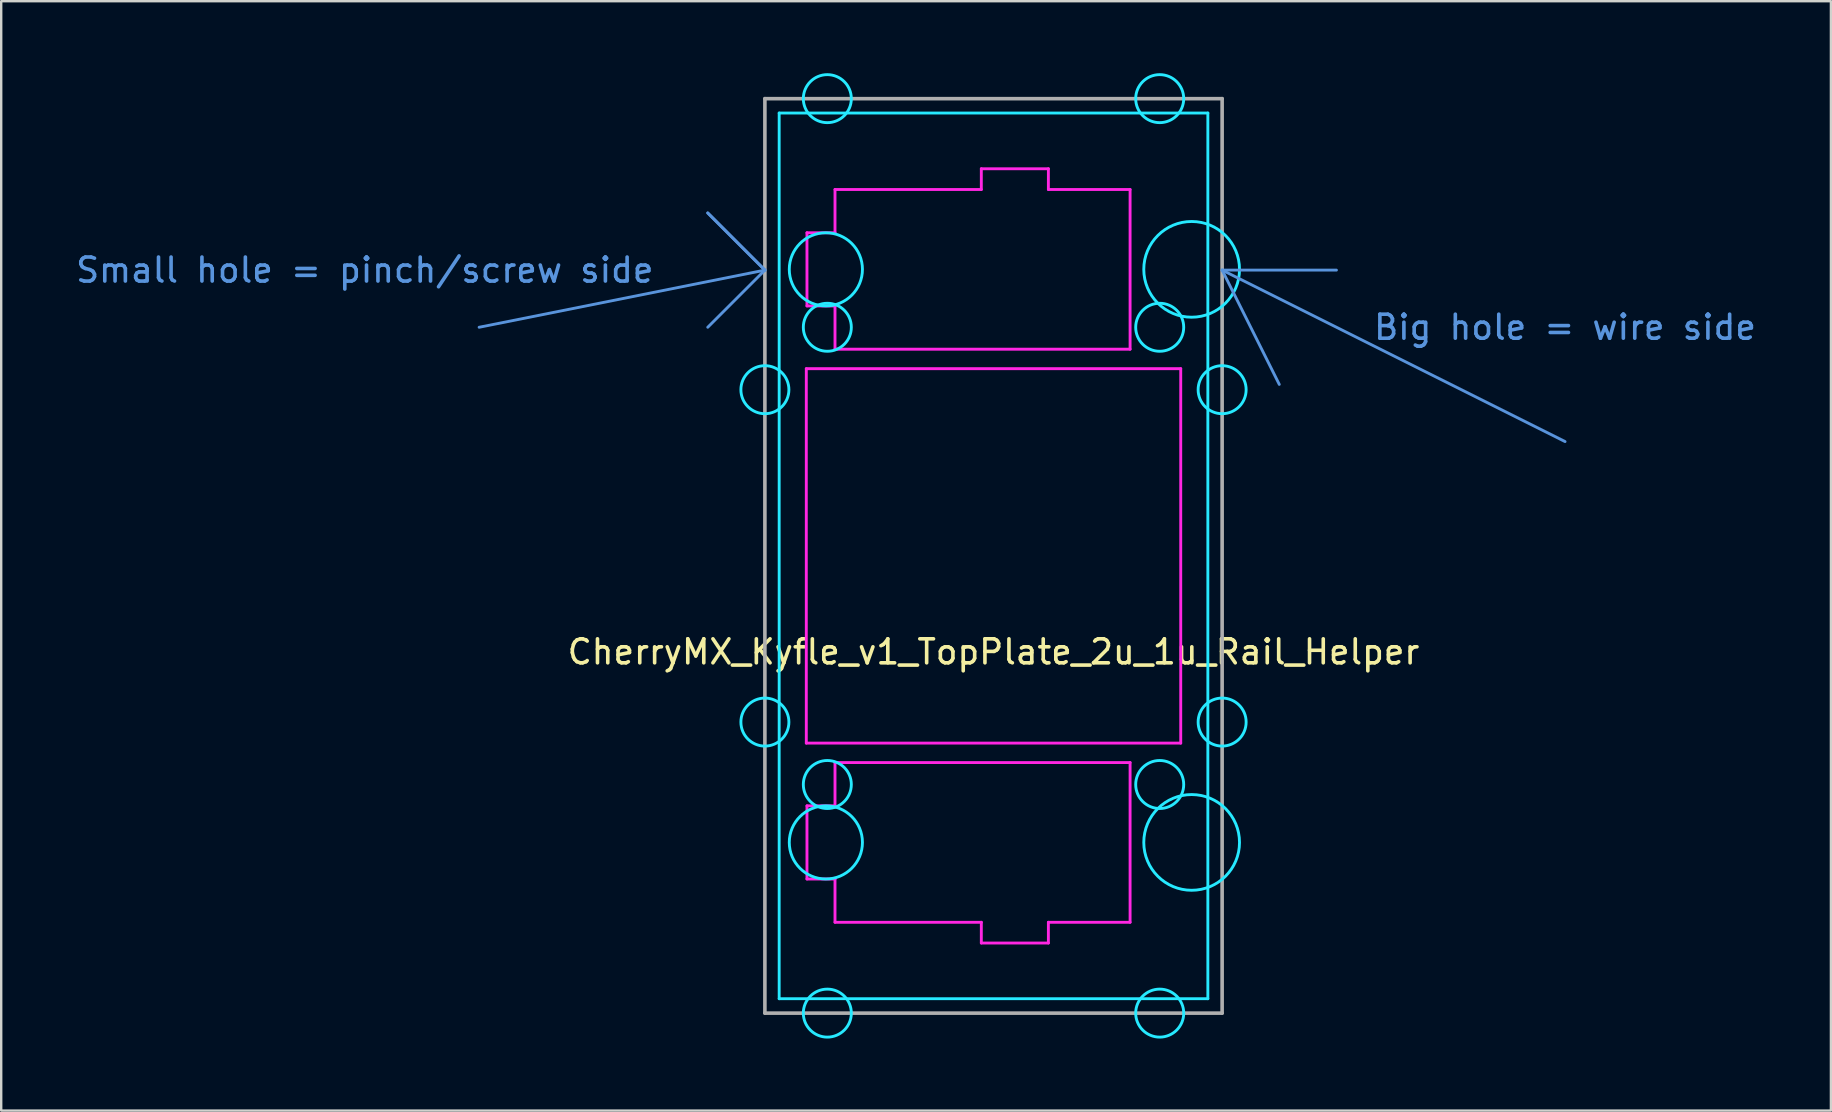
<source format=kicad_pcb>
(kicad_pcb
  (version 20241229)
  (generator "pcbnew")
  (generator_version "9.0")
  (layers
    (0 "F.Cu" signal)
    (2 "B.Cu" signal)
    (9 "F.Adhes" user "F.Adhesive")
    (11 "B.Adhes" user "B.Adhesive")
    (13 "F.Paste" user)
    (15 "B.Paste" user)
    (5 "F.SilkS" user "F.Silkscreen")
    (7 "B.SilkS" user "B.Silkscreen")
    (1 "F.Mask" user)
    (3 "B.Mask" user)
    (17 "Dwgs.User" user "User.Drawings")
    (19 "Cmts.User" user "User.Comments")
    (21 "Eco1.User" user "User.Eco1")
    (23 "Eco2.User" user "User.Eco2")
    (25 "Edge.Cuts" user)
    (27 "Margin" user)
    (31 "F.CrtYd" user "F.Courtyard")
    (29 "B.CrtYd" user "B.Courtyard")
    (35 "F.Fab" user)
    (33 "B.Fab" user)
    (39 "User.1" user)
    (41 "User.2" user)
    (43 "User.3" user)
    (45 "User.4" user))
  (footprint "CherryMX_Kyfle_v1_TopPlate_2u_1u_Rail_Helper"
    (layer "F.Cu")
    (at 38.343 20.11)
    (property "Reference" "CherryMX_Kyfle_v1_TopPlate_2u_1u_Rail_Helper" (at 0 4 0) (layer "F.SilkS") (effects (font (size 1 1) (thickness 0.15))))
    (attr through_hole)
    (fp_line (start -21.431 -9.525) (end -9.525 -11.906) (stroke (width 0.12) (type solid)) (layer "Cmts.User"))
    (fp_line (start -11.906 -14.287) (end -9.525 -11.906) (stroke (width 0.12) (type solid)) (layer "Cmts.User"))
    (fp_line (start -9.525 -11.906) (end -11.906 -14.287) (stroke (width 0.12) (type solid)) (layer "Cmts.User"))
    (fp_line (start -9.525 -11.906) (end -11.906 -9.525) (stroke (width 0.12) (type solid)) (layer "Cmts.User"))
    (fp_line (start 9.525 -11.906) (end 11.906 -7.144) (stroke (width 0.12) (type solid)) (layer "Cmts.User"))
    (fp_line (start 9.525 -11.906) (end 14.287 -11.906) (stroke (width 0.12) (type solid)) (layer "Cmts.User"))
    (fp_line (start 9.525 -11.906) (end 23.812 -4.763) (stroke (width 0.12) (type solid)) (layer "Cmts.User"))
    (fp_line (start -8.75 -10.44) (end -8.75 -13.44) (stroke (width 0.12) (type solid)) (layer "Eco1.User"))
    (fp_line (start -8.75 10.44) (end -8.75 13.44) (stroke (width 0.12) (type solid)) (layer "Eco1.User"))
    (fp_line (start -7.5 -13.94) (end -8.25 -13.94) (stroke (width 0.12) (type solid)) (layer "Eco1.User"))
    (fp_line (start -7.5 -9.94) (end -8.25 -9.94) (stroke (width 0.12) (type solid)) (layer "Eco1.User"))
    (fp_line (start -7.5 9.94) (end -8.25 9.94) (stroke (width 0.12) (type solid)) (layer "Eco1.User"))
    (fp_line (start -7.5 13.94) (end -8.25 13.94) (stroke (width 0.12) (type solid)) (layer "Eco1.User"))
    (fp_line (start -7 -16.025) (end -7 -14.44) (stroke (width 0.12) (type solid)) (layer "Eco1.User"))
    (fp_line (start -7 -9.44) (end -7 9.44) (stroke (width 0.12) (type solid)) (layer "Eco1.User"))
    (fp_line (start -7 16.025) (end -7 14.44) (stroke (width 0.12) (type solid)) (layer "Eco1.User"))
    (fp_line (start -6.5 16.525) (end 10.25 16.525) (stroke (width 0.12) (type solid)) (layer "Eco1.User"))
    (fp_line (start 7 -2.67) (end 7 -16.38) (stroke (width 0.12) (type solid)) (layer "Eco1.User"))
    (fp_line (start 7 6.855) (end 7 -6.855) (stroke (width 0.12) (type solid)) (layer "Eco1.User"))
    (fp_line (start 7 16.38) (end 7 2.67) (stroke (width 0.12) (type solid)) (layer "Eco1.User"))
    (fp_line (start 10.25 -16.525) (end -6.5 -16.525) (stroke (width 0.12) (type solid)) (layer "Eco1.User"))
    (fp_line (start 10.25 -7.355) (end 7.5 -7.355) (stroke (width 0.12) (type solid)) (layer "Eco1.User"))
    (fp_line (start 10.25 7.355) (end 7.5 7.355) (stroke (width 0.12) (type solid)) (layer "Eco1.User"))
    (fp_line (start 10.75 -16.025) (end 10.75 -7.855) (stroke (width 0.12) (type solid)) (layer "Eco1.User"))
    (fp_line (start 10.75 16.025) (end 10.75 7.855) (stroke (width 0.12) (type solid)) (layer "Eco1.User"))
    (fp_arc (start -8.75 -13.44) (mid -8.603553 -13.793553) (end -8.25 -13.94) (stroke (width 0.12) (type solid)) (layer "Eco1.User"))
    (fp_arc (start -8.75 10.44) (mid -8.603553 10.086447) (end -8.25 9.94) (stroke (width 0.12) (type solid)) (layer "Eco1.User"))
    (fp_arc (start -8.25 -9.94) (mid -8.603553 -10.086447) (end -8.75 -10.44) (stroke (width 0.12) (type solid)) (layer "Eco1.User"))
    (fp_arc (start -8.25 13.94) (mid -8.603553 13.793553) (end -8.75 13.44) (stroke (width 0.12) (type solid)) (layer "Eco1.User"))
    (fp_arc (start -7.5 -9.94) (mid -7.146447 -9.793553) (end -7 -9.44) (stroke (width 0.12) (type solid)) (layer "Eco1.User"))
    (fp_arc (start -7.5 13.94) (mid -7.146447 14.086447) (end -7 14.44) (stroke (width 0.12) (type solid)) (layer "Eco1.User"))
    (fp_arc (start -7 -16.025) (mid -6.853553 -16.378553) (end -6.5 -16.525) (stroke (width 0.12) (type solid)) (layer "Eco1.User"))
    (fp_arc (start -7 -14.44) (mid -7.146447 -14.086447) (end -7.5 -13.94) (stroke (width 0.12) (type solid)) (layer "Eco1.User"))
    (fp_arc (start -7 9.44) (mid -7.146447 9.793553) (end -7.5 9.94) (stroke (width 0.12) (type solid)) (layer "Eco1.User"))
    (fp_arc (start -6.5 16.525) (mid -6.853553 16.378553) (end -7 16.025) (stroke (width 0.12) (type solid)) (layer "Eco1.User"))
    (fp_arc (start 7 -6.855) (mid 7.146447 -7.208553) (end 7.5 -7.355) (stroke (width 0.12) (type solid)) (layer "Eco1.User"))
    (fp_arc (start 7.5 7.355) (mid 7.146447 7.208553) (end 7 6.855) (stroke (width 0.12) (type solid)) (layer "Eco1.User"))
    (fp_arc (start 10.25 -16.525) (mid 10.603553 -16.378553) (end 10.75 -16.025) (stroke (width 0.12) (type solid)) (layer "Eco1.User"))
    (fp_arc (start 10.25 7.355) (mid 10.603553 7.501447) (end 10.75 7.855) (stroke (width 0.12) (type solid)) (layer "Eco1.User"))
    (fp_arc (start 10.75 -7.855) (mid 10.603553 -7.501447) (end 10.25 -7.355) (stroke (width 0.12) (type solid)) (layer "Eco1.User"))
    (fp_arc (start 10.75 16.025) (mid 10.603553 16.378553) (end 10.25 16.525) (stroke (width 0.12) (type solid)) (layer "Eco1.User"))
    (fp_line (start -7 -16.525) (end -7 0) (stroke (width 0.15) (type solid)) (layer "Eco2.User"))
    (fp_line (start -7 0) (end -7 16.525) (stroke (width 0.15) (type solid)) (layer "Eco2.User"))
    (fp_line (start -7 16.525) (end 7 16.525) (stroke (width 0.15) (type solid)) (layer "Eco2.User"))
    (fp_line (start 7 -16.525) (end -7 -16.525) (stroke (width 0.15) (type solid)) (layer "Eco2.User"))
    (fp_line (start 7 0) (end 7 -16.525) (stroke (width 0.15) (type solid)) (layer "Eco2.User"))
    (fp_line (start 7 16.525) (end 7 0) (stroke (width 0.15) (type solid)) (layer "Eco2.User"))
    (fp_arc (start -7 -16.025) (mid -6.853553 -16.378553) (end -6.5 -16.525) (stroke (width 0.15) (type solid)) (layer "Eco2.User"))
    (fp_arc (start -6.5 16.525) (mid -6.853553 16.378553) (end -7 16.025) (stroke (width 0.15) (type solid)) (layer "Eco2.User"))
    (fp_arc (start 6.5 -16.525) (mid 6.853553 -16.378553) (end 7 -16.025) (stroke (width 0.15) (type solid)) (layer "Eco2.User"))
    (fp_arc (start 7 16.025) (mid 6.853553 16.378553) (end 6.5 16.525) (stroke (width 0.15) (type solid)) (layer "Eco2.User"))
    (fp_line (start -8.93 -18.45) (end 8.93 -18.45) (stroke (width 0.12) (type solid)) (layer "B.CrtYd"))
    (fp_line (start -8.93 18.45) (end -8.93 -18.45) (stroke (width 0.12) (type solid)) (layer "B.CrtYd"))
    (fp_line (start 8.93 -18.45) (end 8.93 18.45) (stroke (width 0.12) (type solid)) (layer "B.CrtYd"))
    (fp_line (start 8.93 18.45) (end -8.93 18.45) (stroke (width 0.12) (type solid)) (layer "B.CrtYd"))
    (fp_circle (center -9.525 -6.924) (end -8.525 -6.924) (stroke (width 0.12) (type solid)) (fill no) (layer "B.CrtYd"))
    (fp_circle (center -9.525 6.924) (end -8.525 6.924) (stroke (width 0.12) (type solid)) (fill no) (layer "B.CrtYd"))
    (fp_circle (center -6.985 -11.938) (end -5.461 -11.938) (stroke (width 0.12) (type solid)) (fill no) (layer "B.CrtYd"))
    (fp_circle (center -6.985 11.938) (end -5.461 11.938) (stroke (width 0.12) (type solid)) (fill no) (layer "B.CrtYd"))
    (fp_circle (center -6.924 -19.05) (end -5.924 -19.05) (stroke (width 0.12) (type solid)) (fill no) (layer "B.CrtYd"))
    (fp_circle (center -6.924 -9.525) (end -5.924 -9.525) (stroke (width 0.12) (type solid)) (fill no) (layer "B.CrtYd"))
    (fp_circle (center -6.924 9.525) (end -5.924 9.525) (stroke (width 0.12) (type solid)) (fill no) (layer "B.CrtYd"))
    (fp_circle (center -6.924 19.05) (end -5.924 19.05) (stroke (width 0.12) (type solid)) (fill no) (layer "B.CrtYd"))
    (fp_circle (center 6.924 -19.05) (end 7.924 -19.05) (stroke (width 0.12) (type solid)) (fill no) (layer "B.CrtYd"))
    (fp_circle (center 6.924 -9.525) (end 7.924 -9.525) (stroke (width 0.12) (type solid)) (fill no) (layer "B.CrtYd"))
    (fp_circle (center 6.924 9.525) (end 7.924 9.525) (stroke (width 0.12) (type solid)) (fill no) (layer "B.CrtYd"))
    (fp_circle (center 6.924 19.05) (end 7.924 19.05) (stroke (width 0.12) (type solid)) (fill no) (layer "B.CrtYd"))
    (fp_circle (center 8.255 -11.938) (end 10.249 -11.938) (stroke (width 0.12) (type solid)) (fill no) (layer "B.CrtYd"))
    (fp_circle (center 8.255 11.938) (end 10.249 11.938) (stroke (width 0.12) (type solid)) (fill no) (layer "B.CrtYd"))
    (fp_circle (center 9.525 -6.924) (end 10.525 -6.924) (stroke (width 0.12) (type solid)) (fill no) (layer "B.CrtYd"))
    (fp_circle (center 9.525 6.924) (end 10.525 6.924) (stroke (width 0.12) (type solid)) (fill no) (layer "B.CrtYd"))
    (fp_line (start -7.8 -7.8) (end 7.8 -7.8) (stroke (width 0.12) (type solid)) (layer "F.CrtYd"))
    (fp_line (start -7.8 7.8) (end -7.8 -7.8) (stroke (width 0.12) (type solid)) (layer "F.CrtYd"))
    (fp_line (start -7.772 -13.462) (end -6.604 -13.462) (stroke (width 0.12) (type solid)) (layer "F.CrtYd"))
    (fp_line (start -7.772 -10.414) (end -7.772 -13.462) (stroke (width 0.12) (type solid)) (layer "F.CrtYd"))
    (fp_line (start -7.772 -10.414) (end -6.604 -10.414) (stroke (width 0.12) (type solid)) (layer "F.CrtYd"))
    (fp_line (start -7.772 10.414) (end -6.604 10.414) (stroke (width 0.12) (type solid)) (layer "F.CrtYd"))
    (fp_line (start -7.772 13.462) (end -7.772 10.414) (stroke (width 0.12) (type solid)) (layer "F.CrtYd"))
    (fp_line (start -7.772 13.462) (end -6.604 13.462) (stroke (width 0.12) (type solid)) (layer "F.CrtYd"))
    (fp_line (start -6.604 -15.265) (end -6.604 -13.462) (stroke (width 0.12) (type solid)) (layer "F.CrtYd"))
    (fp_line (start -6.604 -15.265) (end -0.508 -15.265) (stroke (width 0.12) (type solid)) (layer "F.CrtYd"))
    (fp_line (start -6.604 -8.611) (end -6.604 -10.414) (stroke (width 0.12) (type solid)) (layer "F.CrtYd"))
    (fp_line (start -6.604 -8.611) (end 5.69 -8.611) (stroke (width 0.12) (type solid)) (layer "F.CrtYd"))
    (fp_line (start -6.604 8.611) (end -6.604 10.414) (stroke (width 0.12) (type solid)) (layer "F.CrtYd"))
    (fp_line (start -6.604 8.611) (end 5.69 8.611) (stroke (width 0.12) (type solid)) (layer "F.CrtYd"))
    (fp_line (start -6.604 15.265) (end -6.604 13.462) (stroke (width 0.12) (type solid)) (layer "F.CrtYd"))
    (fp_line (start -6.604 15.265) (end -0.508 15.265) (stroke (width 0.12) (type solid)) (layer "F.CrtYd"))
    (fp_line (start -0.508 -16.129) (end 2.286 -16.129) (stroke (width 0.12) (type solid)) (layer "F.CrtYd"))
    (fp_line (start -0.508 -15.265) (end -0.508 -16.129) (stroke (width 0.12) (type solid)) (layer "F.CrtYd"))
    (fp_line (start -0.508 15.265) (end -0.508 16.129) (stroke (width 0.12) (type solid)) (layer "F.CrtYd"))
    (fp_line (start 2.286 -15.265) (end 2.286 -16.129) (stroke (width 0.12) (type solid)) (layer "F.CrtYd"))
    (fp_line (start 2.286 -15.265) (end 5.69 -15.265) (stroke (width 0.12) (type solid)) (layer "F.CrtYd"))
    (fp_line (start 2.286 15.265) (end 2.286 16.129) (stroke (width 0.12) (type solid)) (layer "F.CrtYd"))
    (fp_line (start 2.286 15.265) (end 5.69 15.265) (stroke (width 0.12) (type solid)) (layer "F.CrtYd"))
    (fp_line (start 2.286 16.129) (end -0.508 16.129) (stroke (width 0.12) (type solid)) (layer "F.CrtYd"))
    (fp_line (start 5.69 -8.611) (end 5.69 -15.265) (stroke (width 0.12) (type solid)) (layer "F.CrtYd"))
    (fp_line (start 5.69 15.265) (end 5.69 8.611) (stroke (width 0.12) (type solid)) (layer "F.CrtYd"))
    (fp_line (start 7.8 -7.8) (end 7.8 7.8) (stroke (width 0.12) (type solid)) (layer "F.CrtYd"))
    (fp_line (start 7.8 7.8) (end -7.8 7.8) (stroke (width 0.12) (type solid)) (layer "F.CrtYd"))
    (fp_line (start -9.525 -19.05) (end -9.525 19.05) (stroke (width 0.15) (type solid)) (layer "F.Fab"))
    (fp_line (start -9.525 19.05) (end 9.525 19.05) (stroke (width 0.15) (type solid)) (layer "F.Fab"))
    (fp_line (start 9.525 -19.05) (end -9.525 -19.05) (stroke (width 0.15) (type solid)) (layer "F.Fab"))
    (fp_line (start 9.525 19.05) (end 9.525 -19.05) (stroke (width 0.15) (type solid)) (layer "F.Fab"))
    (fp_text user "Small hole = pinch/screw side" (at -26.194 -11.906 0) (layer "Cmts.User") (effects (font (size 1 1) (thickness 0.15))))
    (fp_text user "Big hole = wire side" (at 23.812 -9.525 0) (layer "Cmts.User") (effects (font (size 1 1) (thickness 0.15)))))
  (gr_rect
    (start -3 -3)
    (end 73.232 43.22)
    (stroke (width 0.1) (type default))
    (fill no)
    (layer "Edge.Cuts")))
</source>
